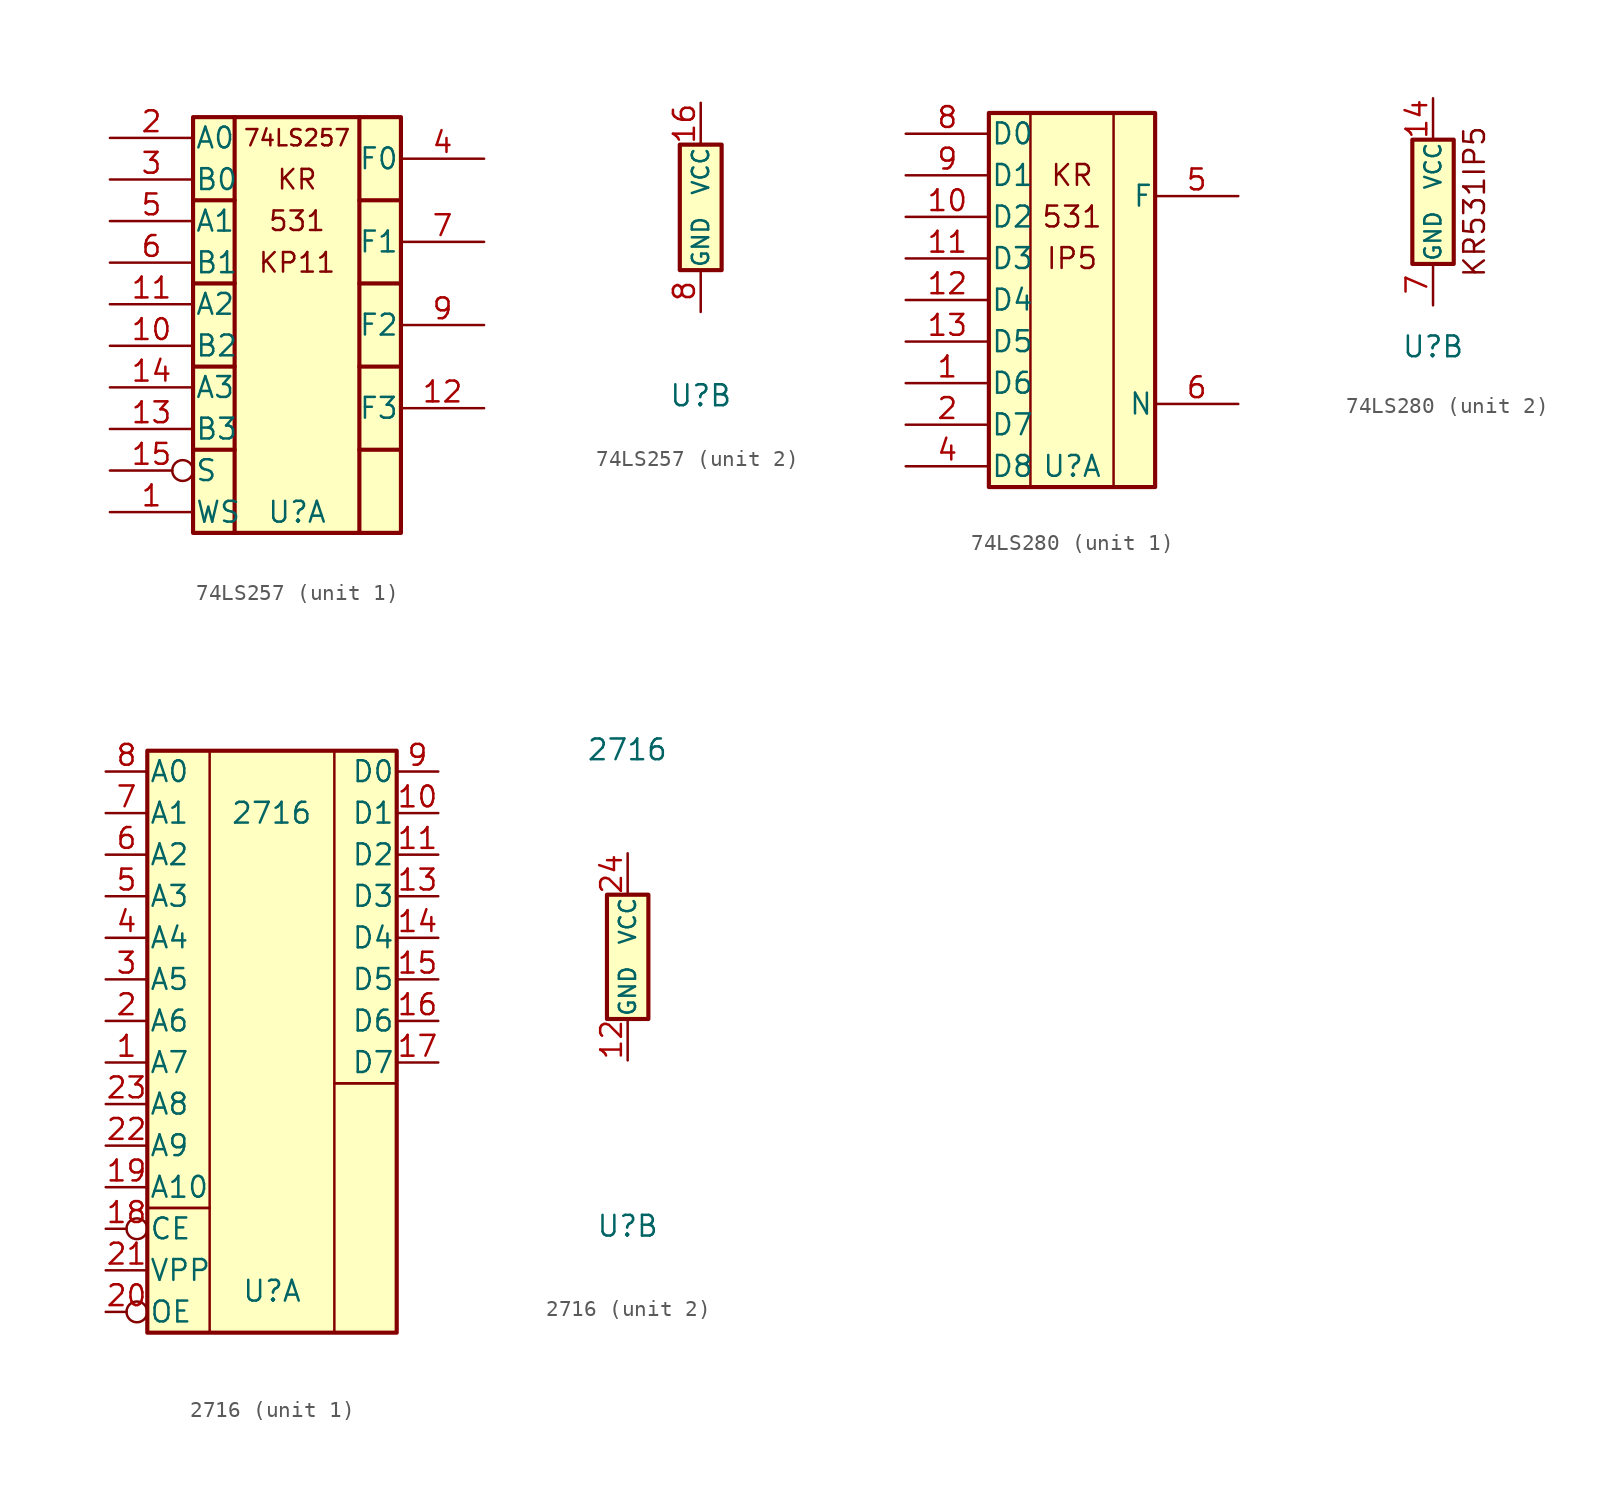
<source format=kicad_sym>
(kicad_symbol_lib
  (version 20211014)
  (generator kicad_symbol_editor)
  (symbol "74LS257"
    (pin_names
      (offset 0.102))
    (property "Reference" "U"
      (at 0 -11.43 0)
      (effects (font (size 1.27 1.27))))
    (property "ki_locked" ""
      (at 0 0 0)
      (effects (font (size 1.27 1.27))))
    (symbol "74LS257_1_0"
      (rectangle (start -6.35 -7.62) (end -3.81 -7.62) (stroke (width 0.254) (type default) (color 0 0 0 0)) (fill (type none)))
      (rectangle (start -6.35 -2.54) (end -3.81 -2.54) (stroke (width 0.254) (type default) (color 0 0 0 0)) (fill (type none)))
      (rectangle (start -6.35 2.54) (end -3.81 2.54) (stroke (width 0.254) (type default) (color 0 0 0 0)) (fill (type none)))
      (rectangle (start -6.35 7.62) (end -3.81 7.62) (stroke (width 0.254) (type default) (color 0 0 0 0)) (fill (type none)))
      (rectangle (start -3.81 12.7) (end -3.81 -12.7) (stroke (width 0.254) (type default) (color 0 0 0 0)) (fill (type none)))
      (rectangle (start 3.81 -7.62) (end 6.35 -7.62) (stroke (width 0.254) (type default) (color 0 0 0 0)) (fill (type none)))
      (rectangle (start 3.81 -2.54) (end 6.35 -2.54) (stroke (width 0.254) (type default) (color 0 0 0 0)) (fill (type none)))
      (rectangle (start 3.81 2.54) (end 6.35 2.54) (stroke (width 0.254) (type default) (color 0 0 0 0)) (fill (type none)))
      (rectangle (start 3.81 7.62) (end 6.35 7.62) (stroke (width 0.254) (type default) (color 0 0 0 0)) (fill (type none)))
      (rectangle (start 3.81 12.7) (end 3.81 -12.7) (stroke (width 0.254) (type default) (color 0 0 0 0)) (fill (type none)))
      (text "531" (at 0 6.35 0) (effects (font (size 1.194 1.194))))
      (text "74LS257" (at 0 11.43 0) (effects (font (size 0.991 0.991))))
      (text "KP11" (at 0 3.81 0) (effects (font (size 1.194 1.194))))
      (text "KR" (at 0 8.89 0) (effects (font (size 1.194 1.194))))
      (pin input line (at -11.43 -11.43 0) (length 5.08) (name "WS" (effects (font (size 1.27 1.27)))) (number "1" (effects (font (size 1.27 1.27)))))
      (pin input line (at -11.43 -1.27 0) (length 5.08) (name "B2" (effects (font (size 1.27 1.27)))) (number "10" (effects (font (size 1.27 1.27)))))
      (pin input line (at -11.43 1.27 0) (length 5.08) (name "A2" (effects (font (size 1.27 1.27)))) (number "11" (effects (font (size 1.27 1.27)))))
      (pin tri_state line (at 11.43 -5.08 180) (length 5.08) (name "F3" (effects (font (size 1.27 1.27)))) (number "12" (effects (font (size 1.27 1.27)))))
      (pin input line (at -11.43 -6.35 0) (length 5.08) (name "B3" (effects (font (size 1.27 1.27)))) (number "13" (effects (font (size 1.27 1.27)))))
      (pin input line (at -11.43 -3.81 0) (length 5.08) (name "A3" (effects (font (size 1.27 1.27)))) (number "14" (effects (font (size 1.27 1.27)))))
      (pin input inverted (at -11.43 -8.89 0) (length 5.08) (name "S" (effects (font (size 1.27 1.27)))) (number "15" (effects (font (size 1.27 1.27)))))
      (pin input line (at -11.43 11.43 0) (length 5.08) (name "A0" (effects (font (size 1.27 1.27)))) (number "2" (effects (font (size 1.27 1.27)))))
      (pin input line (at -11.43 8.89 0) (length 5.08) (name "B0" (effects (font (size 1.27 1.27)))) (number "3" (effects (font (size 1.27 1.27)))))
      (pin tri_state line (at 11.43 10.16 180) (length 5.08) (name "F0" (effects (font (size 1.27 1.27)))) (number "4" (effects (font (size 1.27 1.27)))))
      (pin input line (at -11.43 6.35 0) (length 5.08) (name "A1" (effects (font (size 1.27 1.27)))) (number "5" (effects (font (size 1.27 1.27)))))
      (pin input line (at -11.43 3.81 0) (length 5.08) (name "B1" (effects (font (size 1.27 1.27)))) (number "6" (effects (font (size 1.27 1.27)))))
      (pin tri_state line (at 11.43 5.08 180) (length 5.08) (name "F1" (effects (font (size 1.27 1.27)))) (number "7" (effects (font (size 1.27 1.27)))))
      (pin tri_state line (at 11.43 0 180) (length 5.08) (name "F2" (effects (font (size 1.27 1.27)))) (number "9" (effects (font (size 1.27 1.27))))))
    (symbol "74LS257_1_1"
      (rectangle (start -6.35 12.7) (end 6.35 -12.7) (stroke (width 0.254) (type default) (color 0 0 0 0)) (fill (type background))))
    (symbol "74LS257_2_0"
      (pin power_in line (at 0 6.35 270) (length 2.54) (name "VCC" (effects (font (size 0.991 0.991)))) (number "16" (effects (font (size 1.27 1.27)))))
      (pin power_in line (at 0 -6.35 90) (length 2.54) (name "GND" (effects (font (size 0.991 0.991)))) (number "8" (effects (font (size 1.27 1.27))))))
    (symbol "74LS257_2_1"
      (rectangle (start -1.27 3.81) (end 1.27 -3.81) (stroke (width 0.254) (type default) (color 0 0 0 0)) (fill (type background)))))
  (symbol "74LS280"
    (pin_names
      (offset 0.102))
    (property "Reference" "U"
      (at 0 -8.89 0)
      (effects (font (size 1.27 1.27))))
    (property "ki_locked" ""
      (at 0 0 0)
      (effects (font (size 1.27 1.27))))
    (symbol "74LS280_1_0"
      (pin input line (at -10.16 -3.81 0) (length 5.08) (name "D6" (effects (font (size 1.27 1.27)))) (number "1" (effects (font (size 1.27 1.27)))))
      (pin input line (at -10.16 6.35 0) (length 5.08) (name "D2" (effects (font (size 1.27 1.27)))) (number "10" (effects (font (size 1.27 1.27)))))
      (pin input line (at -10.16 3.81 0) (length 5.08) (name "D3" (effects (font (size 1.27 1.27)))) (number "11" (effects (font (size 1.27 1.27)))))
      (pin input line (at -10.16 1.27 0) (length 5.08) (name "D4" (effects (font (size 1.27 1.27)))) (number "12" (effects (font (size 1.27 1.27)))))
      (pin input line (at -10.16 -1.27 0) (length 5.08) (name "D5" (effects (font (size 1.27 1.27)))) (number "13" (effects (font (size 1.27 1.27)))))
      (pin input line (at -10.16 -6.35 0) (length 5.08) (name "D7" (effects (font (size 1.27 1.27)))) (number "2" (effects (font (size 1.27 1.27)))))
      (pin input line (at -10.16 -8.89 0) (length 5.08) (name "D8" (effects (font (size 1.27 1.27)))) (number "4" (effects (font (size 1.27 1.27)))))
      (pin output line (at 10.16 7.62 180) (length 5.08) (name "F" (effects (font (size 1.27 1.27)))) (number "5" (effects (font (size 1.27 1.27)))))
      (pin output line (at 10.16 -5.08 180) (length 5.08) (name "N" (effects (font (size 1.27 1.27)))) (number "6" (effects (font (size 1.27 1.27)))))
      (pin input line (at -10.16 11.43 0) (length 5.08) (name "D0" (effects (font (size 1.27 1.27)))) (number "8" (effects (font (size 1.27 1.27)))))
      (pin input line (at -10.16 8.89 0) (length 5.08) (name "D1" (effects (font (size 1.27 1.27)))) (number "9" (effects (font (size 1.27 1.27))))))
    (symbol "74LS280_1_1"
      (rectangle (start -5.08 12.7) (end 5.08 -10.16) (stroke (width 0.254) (type default) (color 0 0 0 0)) (fill (type background)))
      (rectangle (start -2.54 12.7) (end -2.54 -10.16) (stroke (width 0) (type default) (color 0 0 0 0)) (fill (type none)))
      (rectangle (start 2.54 12.7) (end 2.54 -10.16) (stroke (width 0) (type default) (color 0 0 0 0)) (fill (type none)))
      (text "531" (at 0 6.35 0) (effects (font (size 1.27 1.27))))
      (text "IP5" (at 0 3.81 0) (effects (font (size 1.27 1.27))))
      (text "KR" (at 0 8.89 0) (effects (font (size 1.27 1.27))))
      (pin no_connect line (at 7.62 0 180) (length 2.54) hide (name "NC" (effects (font (size 1.27 1.27)))) (number "3" (effects (font (size 1.27 1.27))))))
    (symbol "74LS280_2_0"
      (pin power_in line (at 0 6.35 270) (length 2.54) (name "VCC" (effects (font (size 0.991 0.991)))) (number "14" (effects (font (size 1.27 1.27)))))
      (pin power_in line (at 0 -6.35 90) (length 2.54) (name "GND" (effects (font (size 0.991 0.991)))) (number "7" (effects (font (size 1.27 1.27))))))
    (symbol "74LS280_2_1"
      (rectangle (start -1.27 3.81) (end 1.27 -3.81) (stroke (width 0.254) (type default) (color 0 0 0 0)) (fill (type background)))
      (text "KR531IP5" (at 2.54 0 900) (effects (font (size 1.27 1.27))))))
  (symbol "2716"
    (pin_names
      (offset 0.102))
    (property "Reference" "U"
      (at 0 -16.51 0)
      (effects (font (size 1.27 1.27))))
    (property "Value" "2716"
      (at -2.54 12.7 0)
      (effects (font (size 1.27 1.27)) (justify left)))
    (property "ki_locked" ""
      (at 0 0 0)
      (effects (font (size 1.27 1.27))))
    (symbol "2716_1_1"
      (rectangle (start -7.62 16.51) (end -3.81 -11.43) (stroke (width 0) (type default) (color 0 0 0 0)) (fill (type none)))
      (rectangle (start -7.62 16.51) (end 7.62 -19.05) (stroke (width 0.254) (type default) (color 0 0 0 0)) (fill (type background)))
      (rectangle (start -3.81 -11.43) (end -7.62 -19.05) (stroke (width 0) (type default) (color 0 0 0 0)) (fill (type none)))
      (rectangle (start 3.81 16.51) (end 7.62 -3.81) (stroke (width 0) (type default) (color 0 0 0 0)) (fill (type none)))
      (rectangle (start 7.62 -3.81) (end 3.81 -19.05) (stroke (width 0) (type default) (color 0 0 0 0)) (fill (type none)))
      (pin input line (at -10.16 -2.54 0) (length 2.54) (name "A7" (effects (font (size 1.27 1.27)))) (number "1" (effects (font (size 1.27 1.27)))))
      (pin tri_state line (at 10.16 12.7 180) (length 2.54) (name "D1" (effects (font (size 1.27 1.27)))) (number "10" (effects (font (size 1.27 1.27)))))
      (pin tri_state line (at 10.16 10.16 180) (length 2.54) (name "D2" (effects (font (size 1.27 1.27)))) (number "11" (effects (font (size 1.27 1.27)))))
      (pin tri_state line (at 10.16 7.62 180) (length 2.54) (name "D3" (effects (font (size 1.27 1.27)))) (number "13" (effects (font (size 1.27 1.27)))))
      (pin tri_state line (at 10.16 5.08 180) (length 2.54) (name "D4" (effects (font (size 1.27 1.27)))) (number "14" (effects (font (size 1.27 1.27)))))
      (pin tri_state line (at 10.16 2.54 180) (length 2.54) (name "D5" (effects (font (size 1.27 1.27)))) (number "15" (effects (font (size 1.27 1.27)))))
      (pin tri_state line (at 10.16 0 180) (length 2.54) (name "D6" (effects (font (size 1.27 1.27)))) (number "16" (effects (font (size 1.27 1.27)))))
      (pin tri_state line (at 10.16 -2.54 180) (length 2.54) (name "D7" (effects (font (size 1.27 1.27)))) (number "17" (effects (font (size 1.27 1.27)))))
      (pin input inverted (at -10.16 -12.7 0) (length 2.54) (name "CE" (effects (font (size 1.27 1.27)))) (number "18" (effects (font (size 1.27 1.27)))))
      (pin input line (at -10.16 -10.16 0) (length 2.54) (name "A10" (effects (font (size 1.27 1.27)))) (number "19" (effects (font (size 1.27 1.27)))))
      (pin input line (at -10.16 0 0) (length 2.54) (name "A6" (effects (font (size 1.27 1.27)))) (number "2" (effects (font (size 1.27 1.27)))))
      (pin input inverted (at -10.16 -17.78 0) (length 2.54) (name "OE" (effects (font (size 1.27 1.27)))) (number "20" (effects (font (size 1.27 1.27)))))
      (pin input line (at -10.16 -15.24 0) (length 2.54) (name "VPP" (effects (font (size 1.27 1.27)))) (number "21" (effects (font (size 1.27 1.27)))))
      (pin input line (at -10.16 -7.62 0) (length 2.54) (name "A9" (effects (font (size 1.27 1.27)))) (number "22" (effects (font (size 1.27 1.27)))))
      (pin input line (at -10.16 -5.08 0) (length 2.54) (name "A8" (effects (font (size 1.27 1.27)))) (number "23" (effects (font (size 1.27 1.27)))))
      (pin input line (at -10.16 2.54 0) (length 2.54) (name "A5" (effects (font (size 1.27 1.27)))) (number "3" (effects (font (size 1.27 1.27)))))
      (pin input line (at -10.16 5.08 0) (length 2.54) (name "A4" (effects (font (size 1.27 1.27)))) (number "4" (effects (font (size 1.27 1.27)))))
      (pin input line (at -10.16 7.62 0) (length 2.54) (name "A3" (effects (font (size 1.27 1.27)))) (number "5" (effects (font (size 1.27 1.27)))))
      (pin input line (at -10.16 10.16 0) (length 2.54) (name "A2" (effects (font (size 1.27 1.27)))) (number "6" (effects (font (size 1.27 1.27)))))
      (pin input line (at -10.16 12.7 0) (length 2.54) (name "A1" (effects (font (size 1.27 1.27)))) (number "7" (effects (font (size 1.27 1.27)))))
      (pin input line (at -10.16 15.24 0) (length 2.54) (name "A0" (effects (font (size 1.27 1.27)))) (number "8" (effects (font (size 1.27 1.27)))))
      (pin tri_state line (at 10.16 15.24 180) (length 2.54) (name "D0" (effects (font (size 1.27 1.27)))) (number "9" (effects (font (size 1.27 1.27))))))
    (symbol "2716_2_1"
      (rectangle (start -1.27 3.81) (end 1.27 -3.81) (stroke (width 0.254) (type default) (color 0 0 0 0)) (fill (type background)))
      (pin power_in line (at 0 -6.35 90) (length 2.54) (name "GND" (effects (font (size 0.991 0.991)))) (number "12" (effects (font (size 1.27 1.27)))))
      (pin power_in line (at 0 6.35 270) (length 2.54) (name "VCC" (effects (font (size 0.991 0.991)))) (number "24" (effects (font (size 1.27 1.27))))))))
</source>
